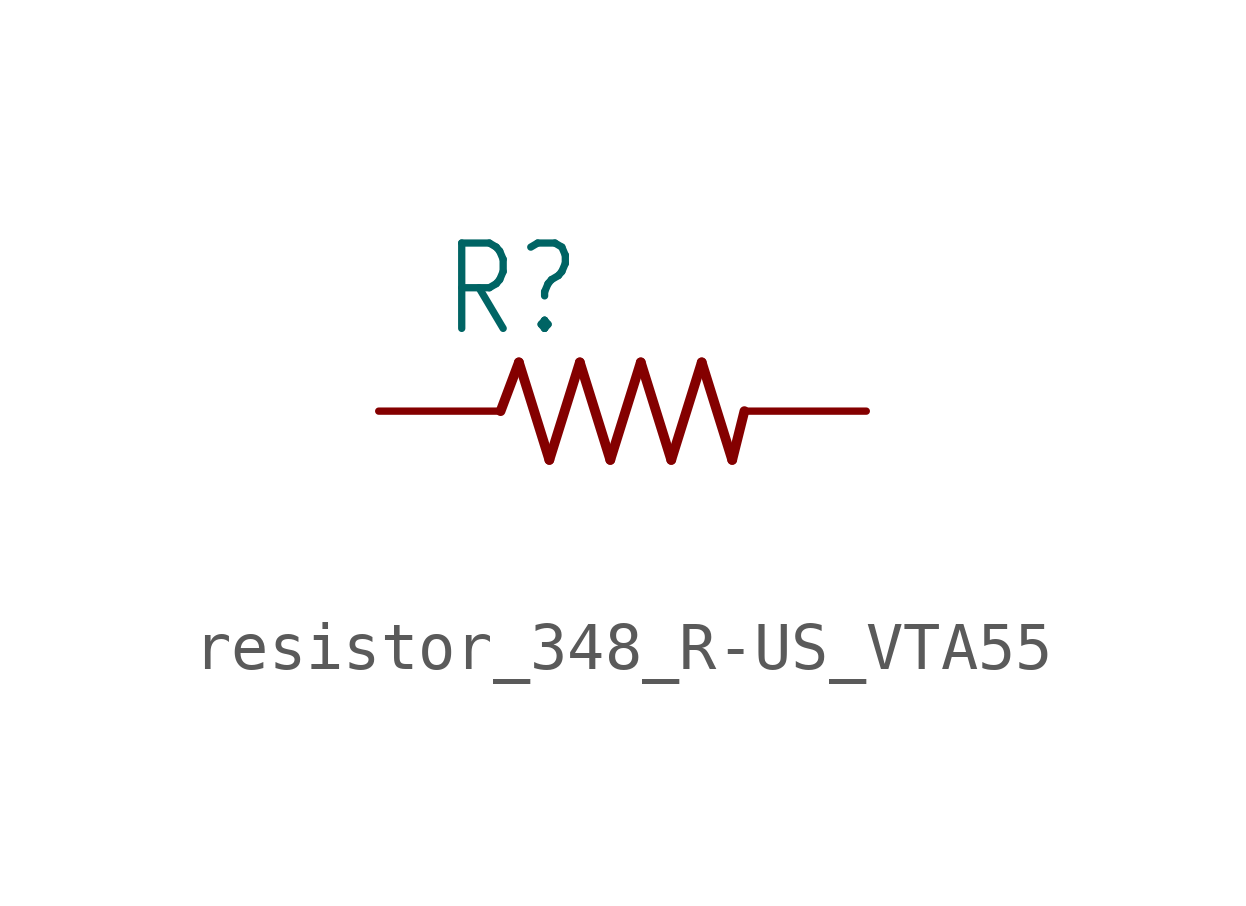
<source format=kicad_sym>
(kicad_symbol_lib
  (version 20241209)
  (generator "kicad_symbol_editor")
  (generator_version "9.0")
  (symbol "resistor_348_R-US_VTA55"
    (property "Reference" "R"
      (at -3.81 1.499 0)
      (effects (font (size 1.778 1.511)) (justify left bottom)))
    (property "Value" ""
      (at -3.81 -3.302 0)
      (effects (font (size 1.778 1.511)) (justify left bottom)))
    (property "ki_locked" ""
      (at 0 0 0)
      (effects (font (size 1.27 1.27))))
    (symbol "resistor_348_R-US_VTA55_1_0"
      (polyline (pts (xy -2.54 0) (xy -2.159 1.016)) (stroke (width 0.203) (type solid)) (fill (type none)))
      (polyline (pts (xy -2.159 1.016) (xy -1.524 -1.016)) (stroke (width 0.203) (type solid)) (fill (type none)))
      (polyline (pts (xy -1.524 -1.016) (xy -0.889 1.016)) (stroke (width 0.203) (type solid)) (fill (type none)))
      (polyline (pts (xy -0.889 1.016) (xy -0.254 -1.016)) (stroke (width 0.203) (type solid)) (fill (type none)))
      (polyline (pts (xy -0.254 -1.016) (xy 0.381 1.016)) (stroke (width 0.203) (type solid)) (fill (type none)))
      (polyline (pts (xy 0.381 1.016) (xy 1.016 -1.016)) (stroke (width 0.203) (type solid)) (fill (type none)))
      (polyline (pts (xy 1.016 -1.016) (xy 1.651 1.016)) (stroke (width 0.203) (type solid)) (fill (type none)))
      (polyline (pts (xy 1.651 1.016) (xy 2.286 -1.016)) (stroke (width 0.203) (type solid)) (fill (type none)))
      (polyline (pts (xy 2.286 -1.016) (xy 2.54 0)) (stroke (width 0.203) (type solid)) (fill (type none)))
      (pin passive line (at -5.08 0 0) (length 2.54) (name "1" (effects (font (size 0 0)))) (number "1" (effects (font (size 0 0)))))
      (pin passive line (at 5.08 0 180) (length 2.54) (name "2" (effects (font (size 0 0)))) (number "2" (effects (font (size 0 0))))))))
</source>
